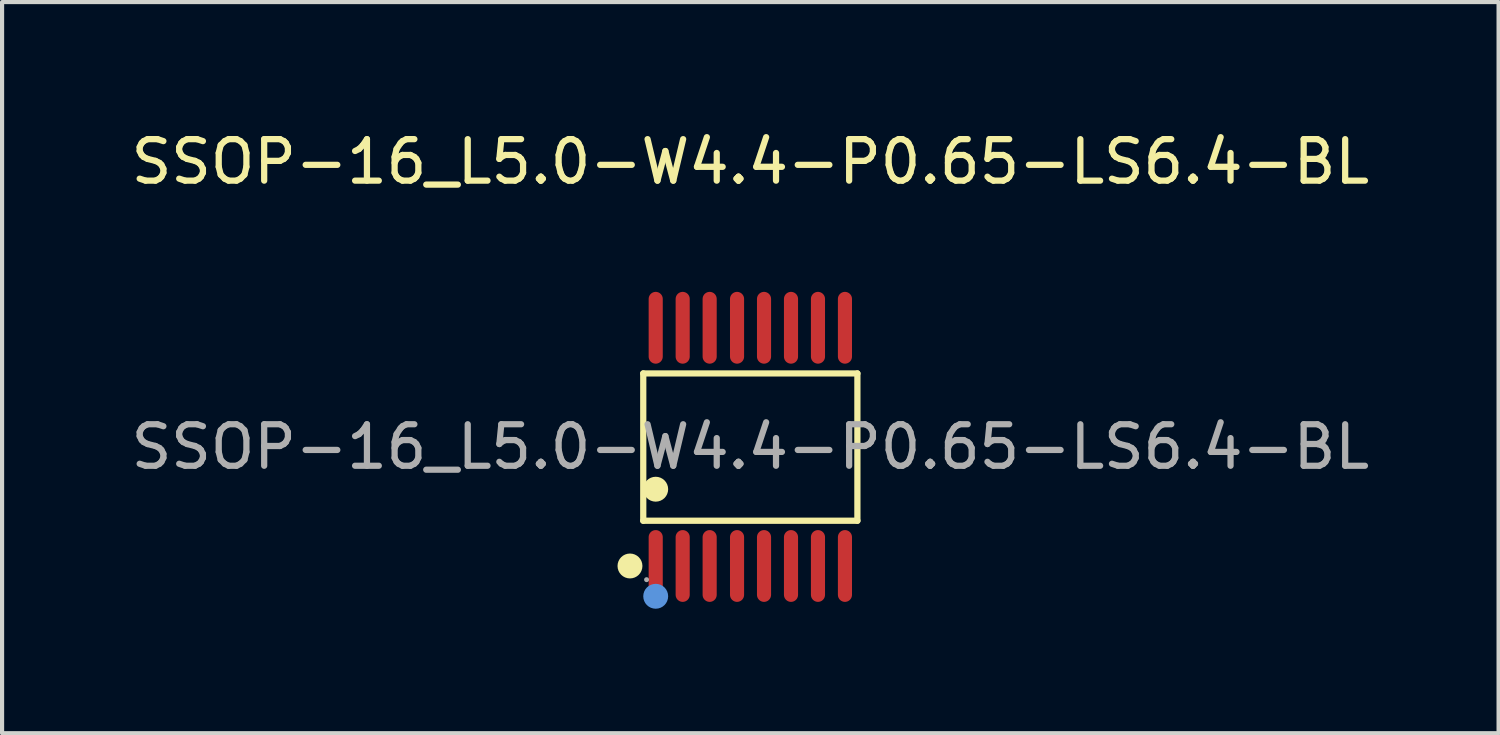
<source format=kicad_pcb>
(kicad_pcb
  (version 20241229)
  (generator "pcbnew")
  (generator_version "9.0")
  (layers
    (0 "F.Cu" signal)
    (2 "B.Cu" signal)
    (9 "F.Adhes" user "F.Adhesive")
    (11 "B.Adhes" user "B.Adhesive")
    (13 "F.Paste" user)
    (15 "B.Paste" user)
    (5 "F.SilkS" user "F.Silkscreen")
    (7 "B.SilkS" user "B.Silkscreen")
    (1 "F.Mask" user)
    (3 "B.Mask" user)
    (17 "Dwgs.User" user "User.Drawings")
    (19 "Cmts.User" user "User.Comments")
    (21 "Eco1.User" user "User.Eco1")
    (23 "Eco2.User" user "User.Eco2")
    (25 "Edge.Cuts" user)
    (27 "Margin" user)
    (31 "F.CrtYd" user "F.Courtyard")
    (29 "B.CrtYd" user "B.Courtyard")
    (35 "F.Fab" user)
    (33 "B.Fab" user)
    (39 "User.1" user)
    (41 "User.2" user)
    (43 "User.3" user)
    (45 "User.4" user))
  (footprint "SSOP-16_L5.0-W4.4-P0.65-LS6.4-BL"
    (layer "F.Cu")
    (at 15.03 7.718)
    (property "Reference" "SSOP-16_L5.0-W4.4-P0.65-LS6.4-BL" (at 0 -6.87 0) (layer "F.SilkS") (effects (font (size 1 1) (thickness 0.15))))
    (attr smd)
    (fp_line (start -2.58 -1.77) (end 2.58 -1.77) (stroke (width 0.15) (type solid)) (layer "F.SilkS"))
    (fp_line (start -2.58 1.78) (end -2.58 -1.77) (stroke (width 0.15) (type solid)) (layer "F.SilkS"))
    (fp_line (start 2.58 -1.77) (end 2.58 1.78) (stroke (width 0.15) (type solid)) (layer "F.SilkS"))
    (fp_line (start 2.58 1.78) (end -2.58 1.78) (stroke (width 0.15) (type solid)) (layer "F.SilkS"))
    (fp_circle (center -2.9 2.87) (end -2.75 2.87) (stroke (width 0.3) (type solid)) (fill no) (layer "F.SilkS"))
    (fp_circle (center -2.28 1.02) (end -2.13 1.02) (stroke (width 0.3) (type solid)) (fill no) (layer "F.SilkS"))
    (fp_circle (center -2.28 3.6) (end -2.13 3.6) (stroke (width 0.3) (type solid)) (fill no) (layer "Cmts.User"))
    (fp_circle (center -2.5 3.2) (end -2.47 3.2) (stroke (width 0.06) (type solid)) (fill no) (layer "F.Fab"))
    (fp_text user "${REFERENCE}" (at 0 0 0) (layer "F.Fab") (effects (font (size 1 1) (thickness 0.15))))
    (pad "1" smd oval (at -2.28 2.87) (size 0.34 1.73) (layers "F.Cu" "F.Mask" "F.Paste"))
    (pad "2" smd oval (at -1.63 2.87) (size 0.34 1.73) (layers "F.Cu" "F.Mask" "F.Paste"))
    (pad "3" smd oval (at -0.98 2.87) (size 0.34 1.73) (layers "F.Cu" "F.Mask" "F.Paste"))
    (pad "4" smd oval (at -0.32 2.87) (size 0.34 1.73) (layers "F.Cu" "F.Mask" "F.Paste"))
    (pad "5" smd oval (at 0.33 2.87) (size 0.34 1.73) (layers "F.Cu" "F.Mask" "F.Paste"))
    (pad "6" smd oval (at 0.98 2.87) (size 0.34 1.73) (layers "F.Cu" "F.Mask" "F.Paste"))
    (pad "7" smd oval (at 1.63 2.87) (size 0.34 1.73) (layers "F.Cu" "F.Mask" "F.Paste"))
    (pad "8" smd oval (at 2.28 2.87) (size 0.34 1.73) (layers "F.Cu" "F.Mask" "F.Paste"))
    (pad "9" smd oval (at 2.28 -2.87) (size 0.34 1.73) (layers "F.Cu" "F.Mask" "F.Paste"))
    (pad "10" smd oval (at 1.63 -2.87) (size 0.34 1.73) (layers "F.Cu" "F.Mask" "F.Paste"))
    (pad "11" smd oval (at 0.98 -2.87) (size 0.34 1.73) (layers "F.Cu" "F.Mask" "F.Paste"))
    (pad "12" smd oval (at 0.33 -2.87) (size 0.34 1.73) (layers "F.Cu" "F.Mask" "F.Paste"))
    (pad "13" smd oval (at -0.32 -2.87) (size 0.34 1.73) (layers "F.Cu" "F.Mask" "F.Paste"))
    (pad "14" smd oval (at -0.98 -2.87) (size 0.34 1.73) (layers "F.Cu" "F.Mask" "F.Paste"))
    (pad "15" smd oval (at -1.63 -2.87) (size 0.34 1.73) (layers "F.Cu" "F.Mask" "F.Paste"))
    (pad "16" smd oval (at -2.28 -2.87) (size 0.34 1.73) (layers "F.Cu" "F.Mask" "F.Paste")))
  (gr_rect
    (start -3 -3)
    (end 33.06 14.618)
    (stroke (width 0.1) (type default))
    (fill no)
    (layer "Edge.Cuts")))
</source>
